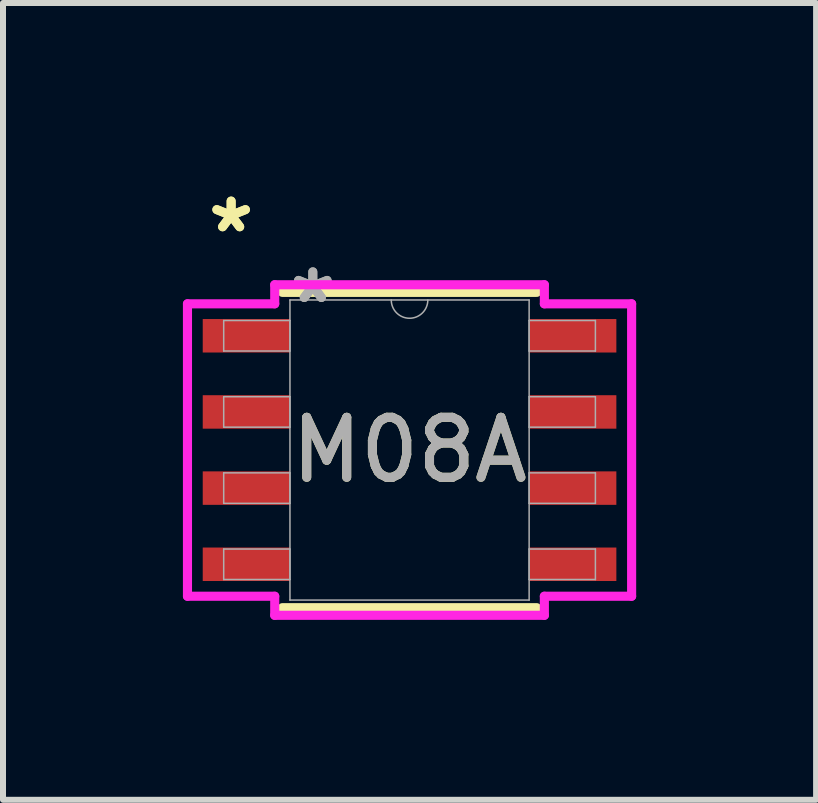
<source format=kicad_pcb>
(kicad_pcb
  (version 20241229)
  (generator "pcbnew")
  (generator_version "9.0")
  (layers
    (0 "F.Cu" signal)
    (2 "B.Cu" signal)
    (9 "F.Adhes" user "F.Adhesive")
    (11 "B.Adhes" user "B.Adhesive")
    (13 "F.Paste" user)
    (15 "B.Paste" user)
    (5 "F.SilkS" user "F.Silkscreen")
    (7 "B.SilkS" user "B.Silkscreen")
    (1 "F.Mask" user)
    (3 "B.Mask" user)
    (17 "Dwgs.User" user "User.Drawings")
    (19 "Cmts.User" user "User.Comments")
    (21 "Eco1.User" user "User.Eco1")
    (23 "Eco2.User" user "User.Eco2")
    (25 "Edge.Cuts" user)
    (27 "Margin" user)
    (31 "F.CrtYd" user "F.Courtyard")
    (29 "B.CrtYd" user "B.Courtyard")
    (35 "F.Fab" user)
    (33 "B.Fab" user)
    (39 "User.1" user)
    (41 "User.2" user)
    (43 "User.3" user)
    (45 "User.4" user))
  (footprint "M08A"
    (layer "F.Cu")
    (at 3.779 4.454)
    (property "Reference" "M08A" (at 0 0 0) (unlocked yes) (layer "F.SilkS") (effects (font (size 1 1) (thickness 0.15))))
    (attr smd)
    (fp_line (start -2.121 2.629) (end 2.121 2.629) (stroke (width 0.152) (type solid)) (layer "F.SilkS"))
    (fp_line (start 2.121 -2.629) (end -2.121 -2.629) (stroke (width 0.152) (type solid)) (layer "F.SilkS"))
    (fp_line (start -3.703 -2.438) (end -2.248 -2.438) (stroke (width 0.152) (type solid)) (layer "F.CrtYd"))
    (fp_line (start -3.703 2.438) (end -3.703 -2.438) (stroke (width 0.152) (type solid)) (layer "F.CrtYd"))
    (fp_line (start -3.703 2.438) (end -2.248 2.438) (stroke (width 0.152) (type solid)) (layer "F.CrtYd"))
    (fp_line (start -2.248 -2.756) (end 2.248 -2.756) (stroke (width 0.152) (type solid)) (layer "F.CrtYd"))
    (fp_line (start -2.248 -2.438) (end -2.248 -2.756) (stroke (width 0.152) (type solid)) (layer "F.CrtYd"))
    (fp_line (start -2.248 2.756) (end -2.248 2.438) (stroke (width 0.152) (type solid)) (layer "F.CrtYd"))
    (fp_line (start 2.248 -2.756) (end 2.248 -2.438) (stroke (width 0.152) (type solid)) (layer "F.CrtYd"))
    (fp_line (start 2.248 2.438) (end 2.248 2.756) (stroke (width 0.152) (type solid)) (layer "F.CrtYd"))
    (fp_line (start 2.248 2.756) (end -2.248 2.756) (stroke (width 0.152) (type solid)) (layer "F.CrtYd"))
    (fp_line (start 3.703 -2.438) (end 2.248 -2.438) (stroke (width 0.152) (type solid)) (layer "F.CrtYd"))
    (fp_line (start 3.703 -2.438) (end 3.703 2.438) (stroke (width 0.152) (type solid)) (layer "F.CrtYd"))
    (fp_line (start 3.703 2.438) (end 2.248 2.438) (stroke (width 0.152) (type solid)) (layer "F.CrtYd"))
    (fp_line (start -3.099 -2.159) (end -3.099 -1.651) (stroke (width 0.025) (type solid)) (layer "F.Fab"))
    (fp_line (start -3.099 -1.651) (end -1.994 -1.651) (stroke (width 0.025) (type solid)) (layer "F.Fab"))
    (fp_line (start -3.099 -0.889) (end -3.099 -0.381) (stroke (width 0.025) (type solid)) (layer "F.Fab"))
    (fp_line (start -3.099 -0.381) (end -1.994 -0.381) (stroke (width 0.025) (type solid)) (layer "F.Fab"))
    (fp_line (start -3.099 0.381) (end -3.099 0.889) (stroke (width 0.025) (type solid)) (layer "F.Fab"))
    (fp_line (start -3.099 0.889) (end -1.994 0.889) (stroke (width 0.025) (type solid)) (layer "F.Fab"))
    (fp_line (start -3.099 1.651) (end -3.099 2.159) (stroke (width 0.025) (type solid)) (layer "F.Fab"))
    (fp_line (start -3.099 2.159) (end -1.994 2.159) (stroke (width 0.025) (type solid)) (layer "F.Fab"))
    (fp_line (start -1.994 -2.502) (end -1.994 2.502) (stroke (width 0.025) (type solid)) (layer "F.Fab"))
    (fp_line (start -1.994 -2.159) (end -3.099 -2.159) (stroke (width 0.025) (type solid)) (layer "F.Fab"))
    (fp_line (start -1.994 -1.651) (end -1.994 -2.159) (stroke (width 0.025) (type solid)) (layer "F.Fab"))
    (fp_line (start -1.994 -0.889) (end -3.099 -0.889) (stroke (width 0.025) (type solid)) (layer "F.Fab"))
    (fp_line (start -1.994 -0.381) (end -1.994 -0.889) (stroke (width 0.025) (type solid)) (layer "F.Fab"))
    (fp_line (start -1.994 0.381) (end -3.099 0.381) (stroke (width 0.025) (type solid)) (layer "F.Fab"))
    (fp_line (start -1.994 0.889) (end -1.994 0.381) (stroke (width 0.025) (type solid)) (layer "F.Fab"))
    (fp_line (start -1.994 1.651) (end -3.099 1.651) (stroke (width 0.025) (type solid)) (layer "F.Fab"))
    (fp_line (start -1.994 2.159) (end -1.994 1.651) (stroke (width 0.025) (type solid)) (layer "F.Fab"))
    (fp_line (start -1.994 2.502) (end 1.994 2.502) (stroke (width 0.025) (type solid)) (layer "F.Fab"))
    (fp_line (start 1.994 -2.502) (end -1.994 -2.502) (stroke (width 0.025) (type solid)) (layer "F.Fab"))
    (fp_line (start 1.994 -2.159) (end 1.994 -1.651) (stroke (width 0.025) (type solid)) (layer "F.Fab"))
    (fp_line (start 1.994 -1.651) (end 3.099 -1.651) (stroke (width 0.025) (type solid)) (layer "F.Fab"))
    (fp_line (start 1.994 -0.889) (end 1.994 -0.381) (stroke (width 0.025) (type solid)) (layer "F.Fab"))
    (fp_line (start 1.994 -0.381) (end 3.099 -0.381) (stroke (width 0.025) (type solid)) (layer "F.Fab"))
    (fp_line (start 1.994 0.381) (end 1.994 0.889) (stroke (width 0.025) (type solid)) (layer "F.Fab"))
    (fp_line (start 1.994 0.889) (end 3.099 0.889) (stroke (width 0.025) (type solid)) (layer "F.Fab"))
    (fp_line (start 1.994 1.651) (end 1.994 2.159) (stroke (width 0.025) (type solid)) (layer "F.Fab"))
    (fp_line (start 1.994 2.159) (end 3.099 2.159) (stroke (width 0.025) (type solid)) (layer "F.Fab"))
    (fp_line (start 1.994 2.502) (end 1.994 -2.502) (stroke (width 0.025) (type solid)) (layer "F.Fab"))
    (fp_line (start 3.099 -2.159) (end 1.994 -2.159) (stroke (width 0.025) (type solid)) (layer "F.Fab"))
    (fp_line (start 3.099 -1.651) (end 3.099 -2.159) (stroke (width 0.025) (type solid)) (layer "F.Fab"))
    (fp_line (start 3.099 -0.889) (end 1.994 -0.889) (stroke (width 0.025) (type solid)) (layer "F.Fab"))
    (fp_line (start 3.099 -0.381) (end 3.099 -0.889) (stroke (width 0.025) (type solid)) (layer "F.Fab"))
    (fp_line (start 3.099 0.381) (end 1.994 0.381) (stroke (width 0.025) (type solid)) (layer "F.Fab"))
    (fp_line (start 3.099 0.889) (end 3.099 0.381) (stroke (width 0.025) (type solid)) (layer "F.Fab"))
    (fp_line (start 3.099 1.651) (end 1.994 1.651) (stroke (width 0.025) (type solid)) (layer "F.Fab"))
    (fp_line (start 3.099 2.159) (end 3.099 1.651) (stroke (width 0.025) (type solid)) (layer "F.Fab"))
    (fp_arc (start 0.3048 -2.5019) (mid 0 -2.1971) (end -0.3048 -2.5019) (stroke (width 0.0254) (type solid)) (layer "F.Fab"))
    (fp_text user "*" (at -2.975 -3.606 0) (layer "F.SilkS") (effects (font (size 1 1) (thickness 0.15))))
    (fp_text user "*" (at -2.975 -3.606 0) (unlocked yes) (layer "F.SilkS") (effects (font (size 1 1) (thickness 0.15))))
    (fp_text user "*" (at -1.613 -2.426 0) (unlocked yes) (layer "F.Fab") (effects (font (size 1 1) (thickness 0.15))))
    (fp_text user "${REFERENCE}" (at 0 0 0) (unlocked yes) (layer "F.Fab") (effects (font (size 1 1) (thickness 0.15))))
    (fp_text user "*" (at -1.613 -2.426 0) (layer "F.Fab") (effects (font (size 1 1) (thickness 0.15))))
    (pad "1" smd rect (at -2.721 -1.905) (size 1.455 0.558) (layers "F.Cu" "F.Mask" "F.Paste"))
    (pad "2" smd rect (at -2.721 -0.635) (size 1.455 0.558) (layers "F.Cu" "F.Mask" "F.Paste"))
    (pad "3" smd rect (at -2.721 0.635) (size 1.455 0.558) (layers "F.Cu" "F.Mask" "F.Paste"))
    (pad "4" smd rect (at -2.721 1.905) (size 1.455 0.558) (layers "F.Cu" "F.Mask" "F.Paste"))
    (pad "5" smd rect (at 2.721 1.905) (size 1.455 0.558) (layers "F.Cu" "F.Mask" "F.Paste"))
    (pad "6" smd rect (at 2.721 0.635) (size 1.455 0.558) (layers "F.Cu" "F.Mask" "F.Paste"))
    (pad "7" smd rect (at 2.721 -0.635) (size 1.455 0.558) (layers "F.Cu" "F.Mask" "F.Paste"))
    (pad "8" smd rect (at 2.721 -1.905) (size 1.455 0.558) (layers "F.Cu" "F.Mask" "F.Paste")))
  (gr_rect
    (start -3 -3)
    (end 10.558 10.286)
    (stroke (width 0.1) (type default))
    (fill no)
    (layer "Edge.Cuts")))
</source>
